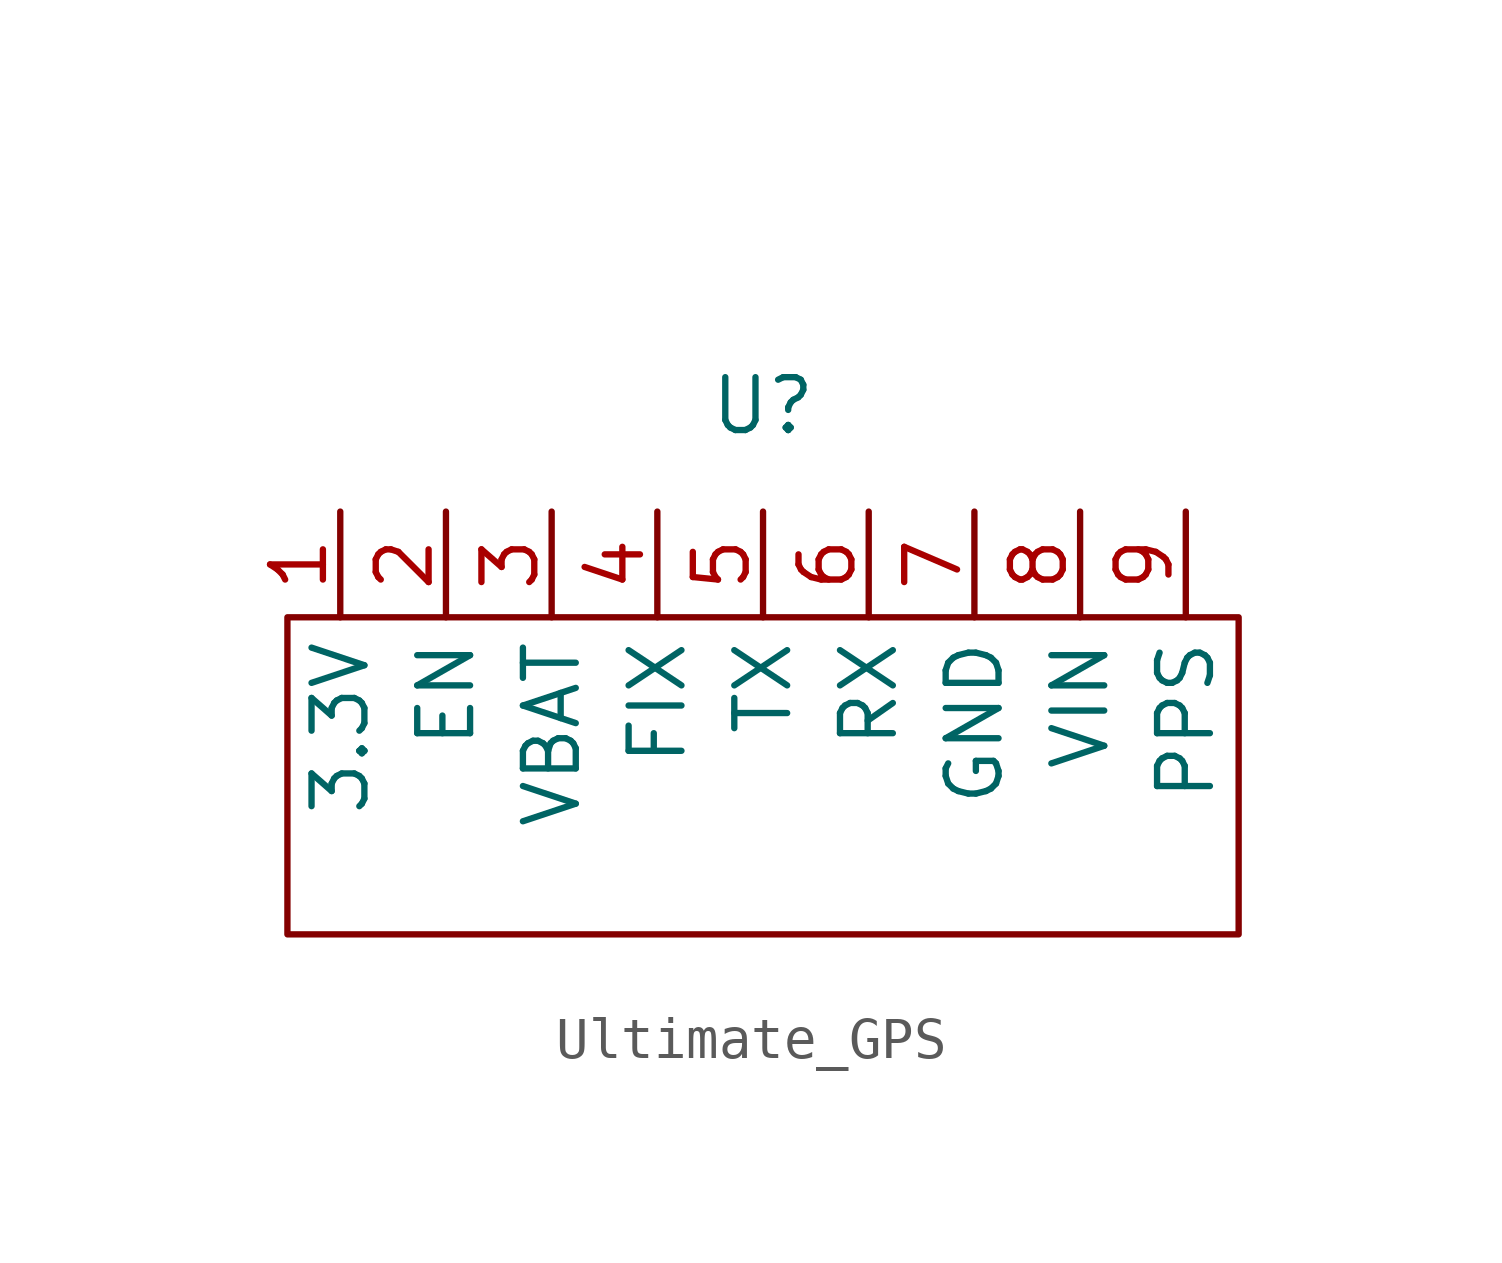
<source format=kicad_sym>
(kicad_symbol_lib
  (version 20220914)
  (generator kicad_symbol_editor)
  (symbol "Ultimate_GPS"
    (property "Reference" "U"
      (at 0 0 0)
      (effects (font (size 1.27 1.27))))
    (property "Value" ""
      (at -6.35 3.81 0)
      (effects (font (size 1.27 1.27))))
    (symbol "Ultimate_GPS_0_1"
      (rectangle (start -11.43 -5.08) (end 11.43 -12.7) (stroke (width 0) (type default)) (fill (type none))))
    (symbol "Ultimate_GPS_1_1"
      (pin power_out line (at -10.16 -2.54 270) (length 2.54) (name "3.3V" (effects (font (size 1.27 1.27)))) (number "1" (effects (font (size 1.27 1.27)))))
      (pin input line (at -7.62 -2.54 270) (length 2.54) (name "EN" (effects (font (size 1.27 1.27)))) (number "2" (effects (font (size 1.27 1.27)))))
      (pin power_in line (at -5.08 -2.54 270) (length 2.54) (name "VBAT" (effects (font (size 1.27 1.27)))) (number "3" (effects (font (size 1.27 1.27)))))
      (pin output line (at -2.54 -2.54 270) (length 2.54) (name "FIX" (effects (font (size 1.27 1.27)))) (number "4" (effects (font (size 1.27 1.27)))))
      (pin output line (at 0 -2.54 270) (length 2.54) (name "TX" (effects (font (size 1.27 1.27)))) (number "5" (effects (font (size 1.27 1.27)))))
      (pin input line (at 2.54 -2.54 270) (length 2.54) (name "RX" (effects (font (size 1.27 1.27)))) (number "6" (effects (font (size 1.27 1.27)))))
      (pin input line (at 5.08 -2.54 270) (length 2.54) (name "GND" (effects (font (size 1.27 1.27)))) (number "7" (effects (font (size 1.27 1.27)))))
      (pin power_in line (at 7.62 -2.54 270) (length 2.54) (name "VIN" (effects (font (size 1.27 1.27)))) (number "8" (effects (font (size 1.27 1.27)))))
      (pin output line (at 10.16 -2.54 270) (length 2.54) (name "PPS" (effects (font (size 1.27 1.27)))) (number "9" (effects (font (size 1.27 1.27))))))))
</source>
